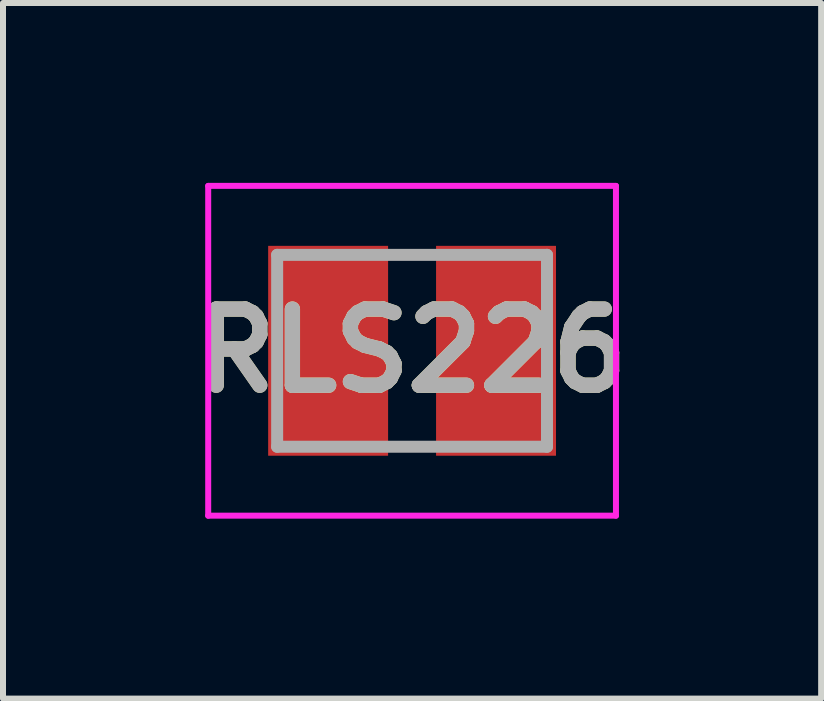
<source format=kicad_pcb>
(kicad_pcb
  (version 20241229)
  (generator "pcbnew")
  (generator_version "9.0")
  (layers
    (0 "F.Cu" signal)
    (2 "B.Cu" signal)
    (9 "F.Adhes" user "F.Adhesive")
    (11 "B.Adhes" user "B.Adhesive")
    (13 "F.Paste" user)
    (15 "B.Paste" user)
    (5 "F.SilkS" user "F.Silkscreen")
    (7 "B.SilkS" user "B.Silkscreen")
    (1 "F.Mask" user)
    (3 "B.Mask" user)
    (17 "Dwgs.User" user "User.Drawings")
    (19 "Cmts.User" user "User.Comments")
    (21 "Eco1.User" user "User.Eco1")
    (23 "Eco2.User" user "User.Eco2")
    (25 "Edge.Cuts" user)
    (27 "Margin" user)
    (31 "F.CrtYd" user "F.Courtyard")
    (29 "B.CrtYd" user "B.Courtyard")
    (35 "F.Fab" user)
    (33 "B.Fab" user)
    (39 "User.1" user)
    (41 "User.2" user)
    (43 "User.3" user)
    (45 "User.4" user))
  (footprint "RLS226"
    (layer "F.Cu")
    (at 3.822 2.8)
    (property "Reference" "RLS226" (at 0 0 0) (layer "F.SilkS") (effects (font (size 1.27 1.27) (thickness 0.254))))
    (attr smd)
    (fp_line (start -0.2 -1.6) (end 0.2 -1.6) (stroke (width 0.1) (type solid)) (layer "F.SilkS"))
    (fp_line (start -0.2 1.6) (end 0.2 1.6) (stroke (width 0.1) (type solid)) (layer "F.SilkS"))
    (fp_line (start -3.4 -2.75) (end 3.4 -2.75) (stroke (width 0.1) (type solid)) (layer "F.CrtYd"))
    (fp_line (start -3.4 2.75) (end -3.4 -2.75) (stroke (width 0.1) (type solid)) (layer "F.CrtYd"))
    (fp_line (start 3.4 -2.75) (end 3.4 2.75) (stroke (width 0.1) (type solid)) (layer "F.CrtYd"))
    (fp_line (start 3.4 2.75) (end -3.4 2.75) (stroke (width 0.1) (type solid)) (layer "F.CrtYd"))
    (fp_line (start -2.25 -1.6) (end 2.25 -1.6) (stroke (width 0.2) (type solid)) (layer "F.Fab"))
    (fp_line (start -2.25 1.6) (end -2.25 -1.6) (stroke (width 0.2) (type solid)) (layer "F.Fab"))
    (fp_line (start 2.25 -1.6) (end 2.25 1.6) (stroke (width 0.2) (type solid)) (layer "F.Fab"))
    (fp_line (start 2.25 1.6) (end -2.25 1.6) (stroke (width 0.2) (type solid)) (layer "F.Fab"))
    (fp_text user "${REFERENCE}" (at 0 0 0) (layer "F.Fab") (effects (font (size 1.27 1.27) (thickness 0.254))))
    (pad "1" smd rect (at -1.4 0) (size 2 3.5) (layers "F.Cu" "F.Mask" "F.Paste"))
    (pad "2" smd rect (at 1.4 0) (size 2 3.5) (layers "F.Cu" "F.Mask" "F.Paste")))
  (gr_rect
    (start -3 -3)
    (end 10.644 8.6)
    (stroke (width 0.1) (type default))
    (fill no)
    (layer "Edge.Cuts")))
</source>
